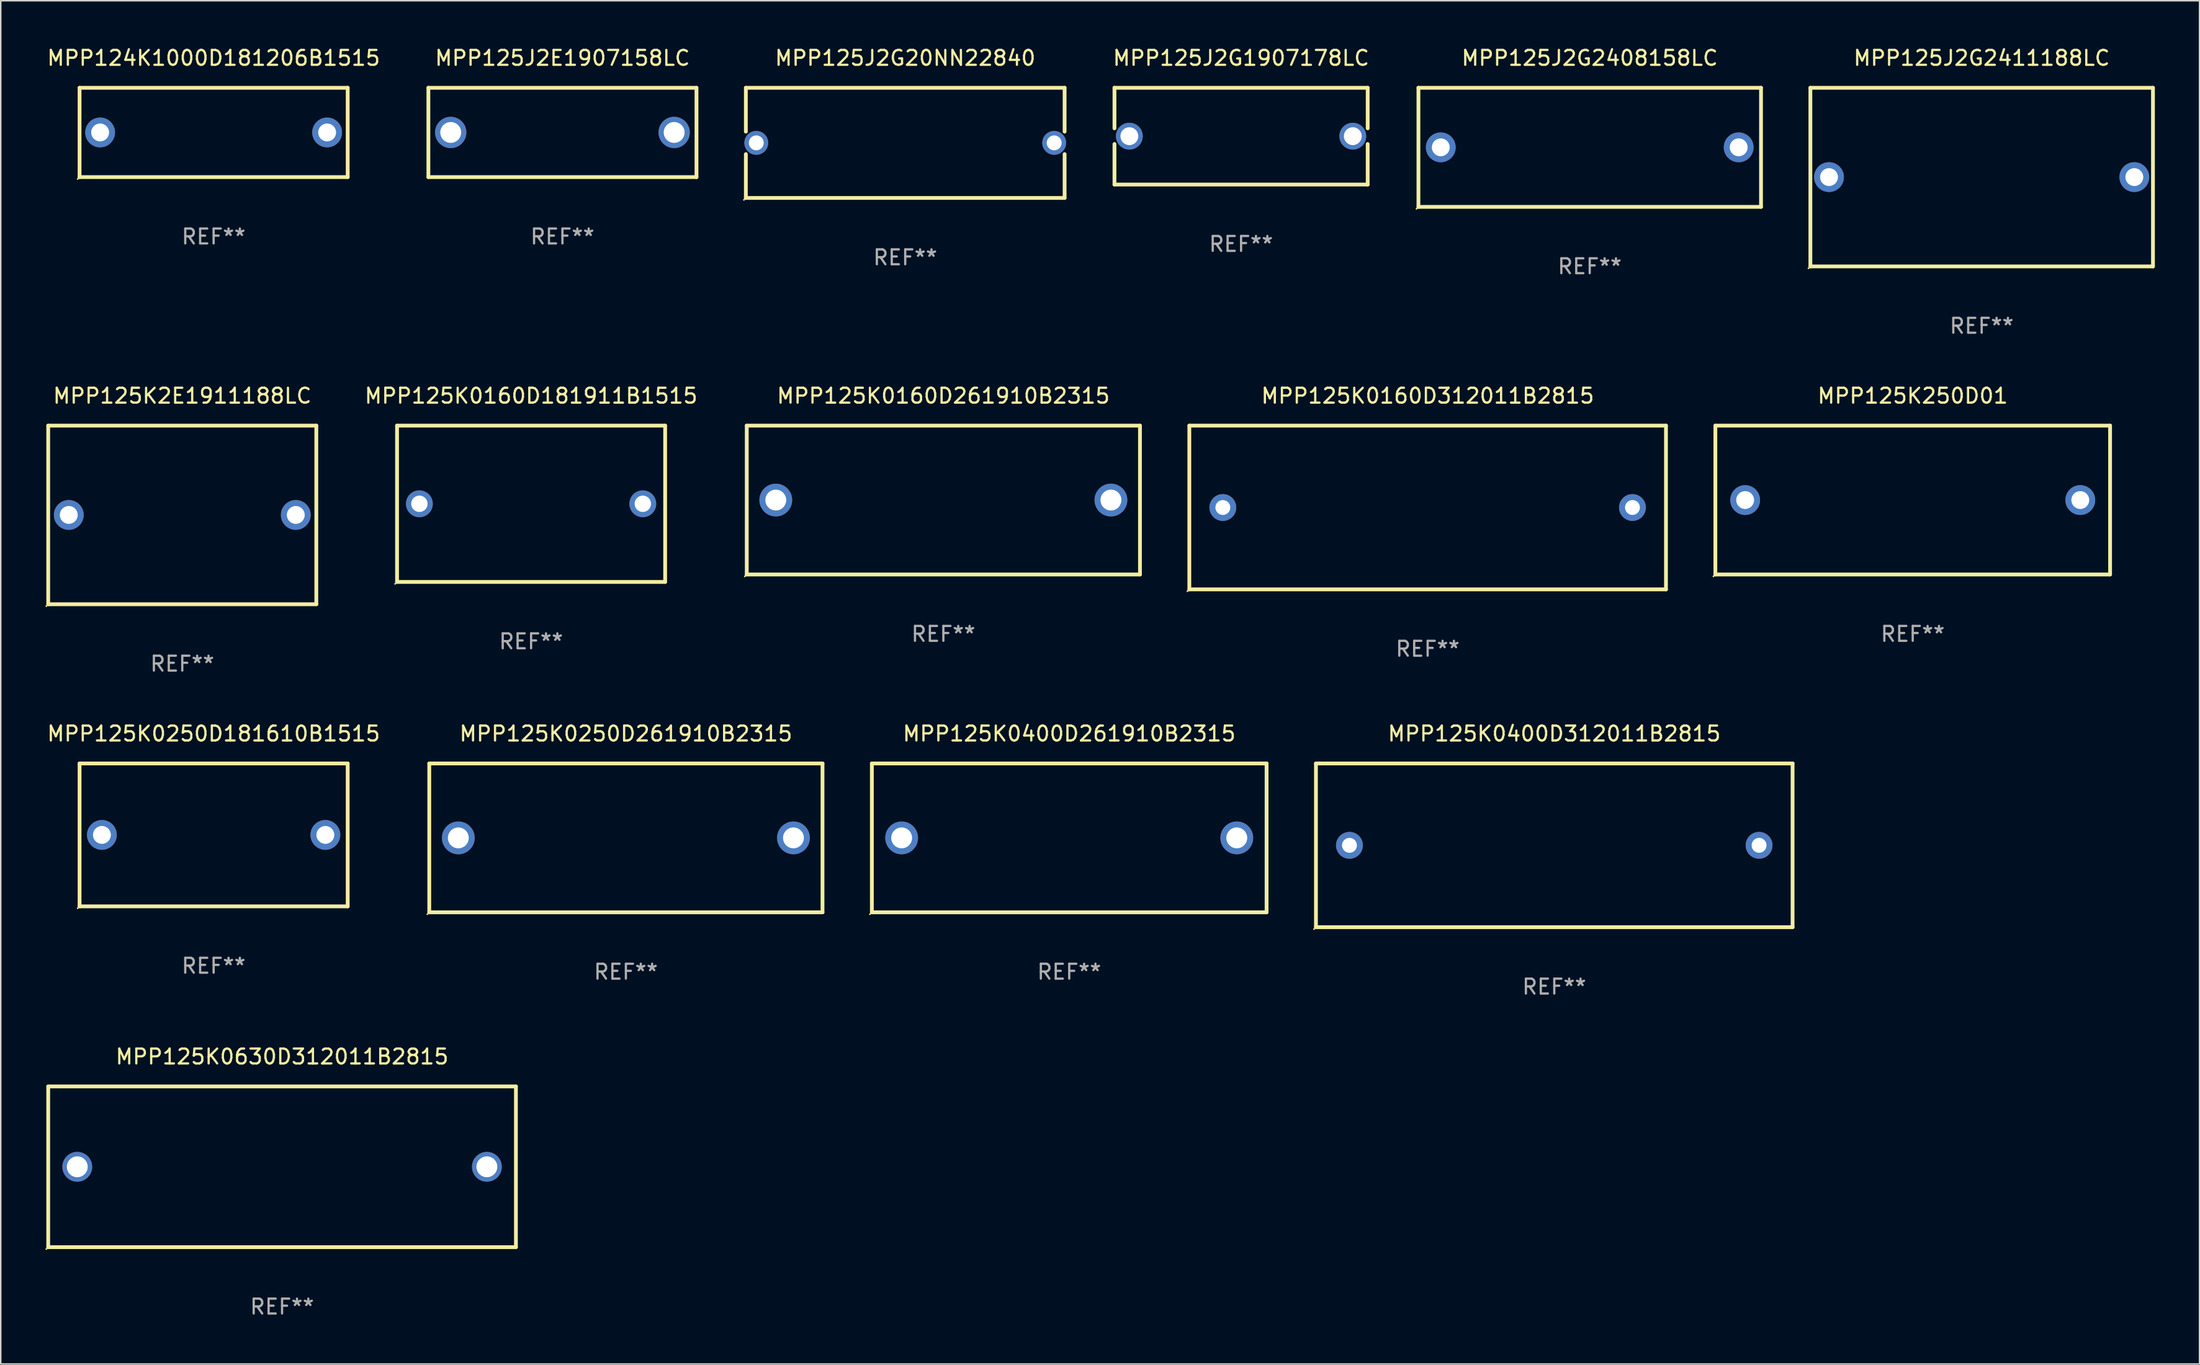
<source format=kicad_pcb>
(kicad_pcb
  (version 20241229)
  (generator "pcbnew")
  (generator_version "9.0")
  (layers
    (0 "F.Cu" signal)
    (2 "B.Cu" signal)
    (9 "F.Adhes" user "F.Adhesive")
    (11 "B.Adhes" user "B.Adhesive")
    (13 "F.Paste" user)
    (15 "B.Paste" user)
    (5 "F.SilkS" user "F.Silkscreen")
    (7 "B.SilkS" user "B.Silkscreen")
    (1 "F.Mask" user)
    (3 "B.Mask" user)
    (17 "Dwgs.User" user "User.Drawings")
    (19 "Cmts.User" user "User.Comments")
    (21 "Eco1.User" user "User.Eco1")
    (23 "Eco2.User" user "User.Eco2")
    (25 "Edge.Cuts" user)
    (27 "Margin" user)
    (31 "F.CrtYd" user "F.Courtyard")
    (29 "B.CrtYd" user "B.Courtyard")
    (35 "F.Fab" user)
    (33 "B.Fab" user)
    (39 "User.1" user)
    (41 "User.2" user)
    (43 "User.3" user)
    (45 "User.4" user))
  (footprint "MPP125K250D01"
    (layer "F.Cu")
    (at 125.364 30.545)
    (property "Reference" "MPP125K250D01" (at 0 -7 0) (layer "F.SilkS") (effects (font (size 1 1) (thickness 0.15))))
    (attr through_hole)
    (fp_line (start -13.25 -5) (end 13.25 -5) (stroke (width 0.254) (type solid)) (layer "F.SilkS"))
    (fp_line (start -13.25 5) (end -13.25 -5) (stroke (width 0.254) (type solid)) (layer "F.SilkS"))
    (fp_line (start 13.25 -5) (end 13.25 5) (stroke (width 0.254) (type solid)) (layer "F.SilkS"))
    (fp_line (start 13.25 5) (end -13.25 5) (stroke (width 0.254) (type solid)) (layer "F.SilkS"))
    (fp_circle (center -13.377 5.127) (end -13.347 5.127) (stroke (width 0.06) (type solid)) (fill no) (layer "F.SilkS"))
    (fp_text user "REF**" (at 0 9 0) (layer "F.Fab") (effects (font (size 1 1) (thickness 0.15))))
    (pad "1" thru_hole circle (at -11.25 0) (size 2 2) (drill 1.2) (layers "*.Cu" "*.Mask"))
    (pad "2" thru_hole circle (at 11.25 0) (size 2 2) (drill 1.2) (layers "*.Cu" "*.Mask")))
  (footprint "MPP124K1000D181206B1515"
    (layer "F.Cu")
    (at 11.292 5.848)
    (property "Reference" "MPP124K1000D181206B1515" (at 0 -5 0) (layer "F.SilkS") (effects (font (size 1 1) (thickness 0.15))))
    (attr through_hole)
    (fp_line (start -9 -3) (end 9 -3) (stroke (width 0.254) (type solid)) (layer "F.SilkS"))
    (fp_line (start -9 3) (end -9 -3) (stroke (width 0.254) (type solid)) (layer "F.SilkS"))
    (fp_line (start 9 -3) (end 9 3) (stroke (width 0.254) (type solid)) (layer "F.SilkS"))
    (fp_line (start 9 3) (end -9 3) (stroke (width 0.254) (type solid)) (layer "F.SilkS"))
    (fp_circle (center -9.127 3.127) (end -9.097 3.127) (stroke (width 0.06) (type solid)) (fill no) (layer "F.SilkS"))
    (fp_text user "REF**" (at 0 7 0) (layer "F.Fab") (effects (font (size 1 1) (thickness 0.15))))
    (pad "1" thru_hole circle (at -7.62 0) (size 2 2) (drill 1.2) (layers "*.Cu" "*.Mask"))
    (pad "2" thru_hole circle (at 7.62 0) (size 2 2) (drill 1.2) (layers "*.Cu" "*.Mask")))
  (footprint "MPP125K0400D312011B2815"
    (layer "F.Cu")
    (at 101.299 53.741)
    (property "Reference" "MPP125K0400D312011B2815" (at 0 -7.5 0) (layer "F.SilkS") (effects (font (size 1 1) (thickness 0.15))))
    (attr through_hole)
    (fp_line (start -16.001 -5.5) (end -16.001 5.5) (stroke (width 0.254) (type solid)) (layer "F.SilkS"))
    (fp_line (start -16.001 -5.5) (end 16.001 -5.5) (stroke (width 0.254) (type solid)) (layer "F.SilkS"))
    (fp_line (start -16.001 5.5) (end 15.999 5.5) (stroke (width 0.254) (type solid)) (layer "F.SilkS"))
    (fp_line (start 15.999 -5.5) (end 15.999 5.5) (stroke (width 0.254) (type solid)) (layer "F.SilkS"))
    (fp_circle (center -16.128 5.627) (end -16.098 5.627) (stroke (width 0.06) (type solid)) (fill no) (layer "F.SilkS"))
    (fp_text user "REF**" (at 0 9.5 0) (layer "F.Fab") (effects (font (size 1 1) (thickness 0.15))))
    (pad "1" thru_hole circle (at -13.751 0) (size 1.8 1.8) (drill 1) (layers "*.Cu" "*.Mask"))
    (pad "2" thru_hole circle (at 13.749 0) (size 1.8 1.8) (drill 1) (layers "*.Cu" "*.Mask")))
  (footprint "MPP125K0400D261910B2315"
    (layer "F.Cu")
    (at 68.734 53.241)
    (property "Reference" "MPP125K0400D261910B2315" (at 0 -7 0) (layer "F.SilkS") (effects (font (size 1 1) (thickness 0.15))))
    (attr through_hole)
    (fp_line (start -13.25 -5) (end 13.25 -5) (stroke (width 0.254) (type solid)) (layer "F.SilkS"))
    (fp_line (start -13.25 5) (end -13.25 -5) (stroke (width 0.254) (type solid)) (layer "F.SilkS"))
    (fp_line (start 13.25 -5) (end 13.25 5) (stroke (width 0.254) (type solid)) (layer "F.SilkS"))
    (fp_line (start 13.25 5) (end -13.25 5) (stroke (width 0.254) (type solid)) (layer "F.SilkS"))
    (fp_circle (center -13.377 5.127) (end -13.347 5.127) (stroke (width 0.06) (type solid)) (fill no) (layer "F.SilkS"))
    (fp_text user "REF**" (at 0 9 0) (layer "F.Fab") (effects (font (size 1 1) (thickness 0.15))))
    (pad "1" thru_hole circle (at -11.25 0) (size 2.2 2.2) (drill 1.4) (layers "*.Cu" "*.Mask"))
    (pad "2" thru_hole circle (at 11.25 0) (size 2.2 2.2) (drill 1.4) (layers "*.Cu" "*.Mask")))
  (footprint "MPP125J2E1907158LC"
    (layer "F.Cu")
    (at 34.71 5.848)
    (property "Reference" "MPP125J2E1907158LC" (at 0 -5 0) (layer "F.SilkS") (effects (font (size 1 1) (thickness 0.15))))
    (attr through_hole)
    (fp_line (start -9 -3) (end 9 -3) (stroke (width 0.254) (type solid)) (layer "F.SilkS"))
    (fp_line (start -9 3) (end -9 -3) (stroke (width 0.254) (type solid)) (layer "F.SilkS"))
    (fp_line (start 9 -3) (end 9 3) (stroke (width 0.254) (type solid)) (layer "F.SilkS"))
    (fp_line (start 9 3) (end -9 3) (stroke (width 0.254) (type solid)) (layer "F.SilkS"))
    (fp_circle (center -9 3) (end -8.97 3) (stroke (width 0.06) (type solid)) (fill no) (layer "F.SilkS"))
    (fp_text user "REF**" (at 0 7 0) (layer "F.Fab") (effects (font (size 1 1) (thickness 0.15))))
    (pad "1" thru_hole circle (at -7.5 0) (size 2.1 2.1) (drill 1.4) (layers "*.Cu" "*.Mask"))
    (pad "2" thru_hole circle (at 7.5 0) (size 2.1 2.1) (drill 1.4) (layers "*.Cu" "*.Mask")))
  (footprint "MPP125K0250D181610B1515"
    (layer "F.Cu")
    (at 11.292 53.041)
    (property "Reference" "MPP125K0250D181610B1515" (at 0 -6.8 0) (layer "F.SilkS") (effects (font (size 1 1) (thickness 0.15))))
    (attr through_hole)
    (fp_line (start -9 -4.8) (end 9 -4.8) (stroke (width 0.254) (type solid)) (layer "F.SilkS"))
    (fp_line (start -9 4.8) (end -9 -4.8) (stroke (width 0.254) (type solid)) (layer "F.SilkS"))
    (fp_line (start 9 -4.8) (end 9 4.8) (stroke (width 0.254) (type solid)) (layer "F.SilkS"))
    (fp_line (start 9 4.8) (end -9 4.8) (stroke (width 0.254) (type solid)) (layer "F.SilkS"))
    (fp_circle (center -9.127 4.927) (end -9.097 4.927) (stroke (width 0.06) (type solid)) (fill no) (layer "F.SilkS"))
    (fp_text user "REF**" (at 0 8.8 0) (layer "F.Fab") (effects (font (size 1 1) (thickness 0.15))))
    (pad "1" thru_hole circle (at -7.501 0) (size 2 2) (drill 1.2) (layers "*.Cu" "*.Mask"))
    (pad "2" thru_hole circle (at 7.501 0) (size 2 2) (drill 1.2) (layers "*.Cu" "*.Mask")))
  (footprint "MPP125J2G2408158LC"
    (layer "F.Cu")
    (at 103.679 6.848)
    (property "Reference" "MPP125J2G2408158LC" (at 0 -6 0) (layer "F.SilkS") (effects (font (size 1 1) (thickness 0.15))))
    (attr through_hole)
    (fp_line (start -11.5 -4) (end -11.5 4) (stroke (width 0.254) (type solid)) (layer "F.SilkS"))
    (fp_line (start -11.5 -4) (end 11.5 -4) (stroke (width 0.254) (type solid)) (layer "F.SilkS"))
    (fp_line (start -11.5 4) (end 11.5 4) (stroke (width 0.254) (type solid)) (layer "F.SilkS"))
    (fp_line (start 11.5 -4) (end 11.5 4) (stroke (width 0.254) (type solid)) (layer "F.SilkS"))
    (fp_circle (center -11.627 4.127) (end -11.597 4.127) (stroke (width 0.06) (type solid)) (fill no) (layer "F.SilkS"))
    (fp_text user "REF**" (at 0 8 0) (layer "F.Fab") (effects (font (size 1 1) (thickness 0.15))))
    (pad "1" thru_hole circle (at -10 0) (size 2 2) (drill 1.2) (layers "*.Cu" "*.Mask"))
    (pad "2" thru_hole circle (at 10 0) (size 2 2) (drill 1.2) (layers "*.Cu" "*.Mask")))
  (footprint "MPP125J2G2411188LC"
    (layer "F.Cu")
    (at 129.993 8.848)
    (property "Reference" "MPP125J2G2411188LC" (at 0 -8 0) (layer "F.SilkS") (effects (font (size 1 1) (thickness 0.15))))
    (attr through_hole)
    (fp_line (start -11.5 -6) (end 11.5 -6) (stroke (width 0.254) (type solid)) (layer "F.SilkS"))
    (fp_line (start -11.5 6) (end -11.5 -6) (stroke (width 0.254) (type solid)) (layer "F.SilkS"))
    (fp_line (start 11.5 -6) (end 11.5 6) (stroke (width 0.254) (type solid)) (layer "F.SilkS"))
    (fp_line (start 11.5 6) (end -11.5 6) (stroke (width 0.254) (type solid)) (layer "F.SilkS"))
    (fp_circle (center -11.627 6.127) (end -11.597 6.127) (stroke (width 0.06) (type solid)) (fill no) (layer "F.SilkS"))
    (fp_text user "REF**" (at 0 10 0) (layer "F.Fab") (effects (font (size 1 1) (thickness 0.15))))
    (pad "1" thru_hole circle (at -10.249 0) (size 2 2) (drill 1.2) (layers "*.Cu" "*.Mask"))
    (pad "2" thru_hole circle (at 10.249 0) (size 2 2) (drill 1.2) (layers "*.Cu" "*.Mask")))
  (footprint "MPP125K0160D261910B2315"
    (layer "F.Cu")
    (at 60.284 30.545)
    (property "Reference" "MPP125K0160D261910B2315" (at 0 -7 0) (layer "F.SilkS") (effects (font (size 1 1) (thickness 0.15))))
    (attr through_hole)
    (fp_line (start -13.2 -5) (end 13.2 -5) (stroke (width 0.254) (type solid)) (layer "F.SilkS"))
    (fp_line (start -13.2 5) (end -13.2 -5) (stroke (width 0.254) (type solid)) (layer "F.SilkS"))
    (fp_line (start 13.2 -5) (end 13.2 5) (stroke (width 0.254) (type solid)) (layer "F.SilkS"))
    (fp_line (start 13.2 5) (end -13.2 5) (stroke (width 0.254) (type solid)) (layer "F.SilkS"))
    (fp_circle (center -13.327 5.127) (end -13.297 5.127) (stroke (width 0.06) (type solid)) (fill no) (layer "F.SilkS"))
    (fp_text user "REF**" (at 0 9 0) (layer "F.Fab") (effects (font (size 1 1) (thickness 0.15))))
    (pad "1" thru_hole circle (at -11.25 0) (size 2.2 2.2) (drill 1.4) (layers "*.Cu" "*.Mask"))
    (pad "2" thru_hole circle (at 11.25 0) (size 2.2 2.2) (drill 1.4) (layers "*.Cu" "*.Mask")))
  (footprint "MPP125J2G1907178LC"
    (layer "F.Cu")
    (at 80.272 6.098)
    (property "Reference" "MPP125J2G1907178LC" (at 0 -5.25 0) (layer "F.SilkS") (effects (font (size 1 1) (thickness 0.15))))
    (attr through_hole)
    (fp_line (start -8.5 -3.25) (end -8.5 -0.527) (stroke (width 0.254) (type solid)) (layer "F.SilkS"))
    (fp_line (start -8.5 -3.25) (end 8.5 -3.25) (stroke (width 0.254) (type solid)) (layer "F.SilkS"))
    (fp_line (start -8.5 0.527) (end -8.5 3.25) (stroke (width 0.254) (type solid)) (layer "F.SilkS"))
    (fp_line (start 8.5 -3.25) (end 8.5 -0.527) (stroke (width 0.254) (type solid)) (layer "F.SilkS"))
    (fp_line (start 8.5 0.527) (end 8.5 3.25) (stroke (width 0.254) (type solid)) (layer "F.SilkS"))
    (fp_line (start 8.5 3.25) (end -8.5 3.25) (stroke (width 0.254) (type solid)) (layer "F.SilkS"))
    (fp_circle (center -8.5 3.25) (end -8.47 3.25) (stroke (width 0.06) (type solid)) (fill no) (layer "F.SilkS"))
    (fp_text user "REF**" (at 0 7.25 0) (layer "F.Fab") (effects (font (size 1 1) (thickness 0.15))))
    (pad "1" thru_hole circle (at -7.501 0) (size 1.8 1.8) (drill 1.2) (layers "*.Cu" "*.Mask"))
    (pad "2" thru_hole circle (at 7.501 0) (size 1.8 1.8) (drill 1.2) (layers "*.Cu" "*.Mask")))
  (footprint "MPP125K0160D312011B2815"
    (layer "F.Cu")
    (at 92.799 31.045)
    (property "Reference" "MPP125K0160D312011B2815" (at 0 -7.5 0) (layer "F.SilkS") (effects (font (size 1 1) (thickness 0.15))))
    (attr through_hole)
    (fp_line (start -16.001 -5.5) (end -16.001 5.5) (stroke (width 0.254) (type solid)) (layer "F.SilkS"))
    (fp_line (start -16.001 -5.5) (end 16.001 -5.5) (stroke (width 0.254) (type solid)) (layer "F.SilkS"))
    (fp_line (start -16.001 5.5) (end 15.999 5.5) (stroke (width 0.254) (type solid)) (layer "F.SilkS"))
    (fp_line (start 15.999 -5.5) (end 15.999 5.5) (stroke (width 0.254) (type solid)) (layer "F.SilkS"))
    (fp_circle (center -16.128 5.627) (end -16.098 5.627) (stroke (width 0.06) (type solid)) (fill no) (layer "F.SilkS"))
    (fp_text user "REF**" (at 0 9.5 0) (layer "F.Fab") (effects (font (size 1 1) (thickness 0.15))))
    (pad "1" thru_hole circle (at -13.751 0) (size 1.8 1.8) (drill 1) (layers "*.Cu" "*.Mask"))
    (pad "2" thru_hole circle (at 13.749 0) (size 1.8 1.8) (drill 1) (layers "*.Cu" "*.Mask")))
  (footprint "MPP125K0250D261910B2315"
    (layer "F.Cu")
    (at 38.97 53.241)
    (property "Reference" "MPP125K0250D261910B2315" (at 0 -7 0) (layer "F.SilkS") (effects (font (size 1 1) (thickness 0.15))))
    (attr through_hole)
    (fp_line (start -13.2 -5) (end 13.2 -5) (stroke (width 0.254) (type solid)) (layer "F.SilkS"))
    (fp_line (start -13.2 5) (end -13.2 -5) (stroke (width 0.254) (type solid)) (layer "F.SilkS"))
    (fp_line (start 13.2 -5) (end 13.2 5) (stroke (width 0.254) (type solid)) (layer "F.SilkS"))
    (fp_line (start 13.2 5) (end -13.2 5) (stroke (width 0.254) (type solid)) (layer "F.SilkS"))
    (fp_circle (center -13.327 5.127) (end -13.297 5.127) (stroke (width 0.06) (type solid)) (fill no) (layer "F.SilkS"))
    (fp_text user "REF**" (at 0 9 0) (layer "F.Fab") (effects (font (size 1 1) (thickness 0.15))))
    (pad "1" thru_hole circle (at -11.25 0) (size 2.2 2.2) (drill 1.4) (layers "*.Cu" "*.Mask"))
    (pad "2" thru_hole circle (at 11.25 0) (size 2.2 2.2) (drill 1.4) (layers "*.Cu" "*.Mask")))
  (footprint "MPP125K0160D181911B1515"
    (layer "F.Cu")
    (at 32.606 30.795)
    (property "Reference" "MPP125K0160D181911B1515" (at 0 -7.25 0) (layer "F.SilkS") (effects (font (size 1 1) (thickness 0.15))))
    (attr through_hole)
    (fp_line (start -9 -5.25) (end -9 5.25) (stroke (width 0.254) (type solid)) (layer "F.SilkS"))
    (fp_line (start -9 -5.25) (end 9 -5.25) (stroke (width 0.254) (type solid)) (layer "F.SilkS"))
    (fp_line (start 9 -5.25) (end 9 5.25) (stroke (width 0.254) (type solid)) (layer "F.SilkS"))
    (fp_line (start 9 5.25) (end -9 5.25) (stroke (width 0.254) (type solid)) (layer "F.SilkS"))
    (fp_circle (center -9.127 5.377) (end -9.097 5.377) (stroke (width 0.06) (type solid)) (fill no) (layer "F.SilkS"))
    (fp_text user "REF**" (at 0 9.25 0) (layer "F.Fab") (effects (font (size 1 1) (thickness 0.15))))
    (pad "1" thru_hole circle (at -7.5 0) (size 1.8 1.8) (drill 1.1) (layers "*.Cu" "*.Mask"))
    (pad "2" thru_hole circle (at 7.5 0) (size 1.8 1.8) (drill 1.1) (layers "*.Cu" "*.Mask")))
  (footprint "MPP125K0630D312011B2815"
    (layer "F.Cu")
    (at 15.887 75.338)
    (property "Reference" "MPP125K0630D312011B2815" (at 0 -7.4 0) (layer "F.SilkS") (effects (font (size 1 1) (thickness 0.15))))
    (attr through_hole)
    (fp_line (start -15.7 -5.4) (end 15.7 -5.4) (stroke (width 0.254) (type solid)) (layer "F.SilkS"))
    (fp_line (start -15.7 5.4) (end -15.7 -5.4) (stroke (width 0.254) (type solid)) (layer "F.SilkS"))
    (fp_line (start 15.7 -5.4) (end 15.7 5.4) (stroke (width 0.254) (type solid)) (layer "F.SilkS"))
    (fp_line (start 15.7 5.4) (end -15.7 5.4) (stroke (width 0.254) (type solid)) (layer "F.SilkS"))
    (fp_circle (center -15.827 5.527) (end -15.797 5.527) (stroke (width 0.06) (type solid)) (fill no) (layer "F.SilkS"))
    (fp_text user "REF**" (at 0 9.4 0) (layer "F.Fab") (effects (font (size 1 1) (thickness 0.15))))
    (pad "1" thru_hole circle (at -13.75 0) (size 2 2) (drill 1.4) (layers "*.Cu" "*.Mask"))
    (pad "2" thru_hole circle (at 13.75 0) (size 2 2) (drill 1.4) (layers "*.Cu" "*.Mask")))
  (footprint "MPP125J2G20NN22840"
    (layer "F.Cu")
    (at 57.724 6.548)
    (property "Reference" "MPP125J2G20NN22840" (at 0 -5.7 0) (layer "F.SilkS") (effects (font (size 1 1) (thickness 0.15))))
    (attr through_hole)
    (fp_line (start -10.7 -3.7) (end -10.7 -0.756) (stroke (width 0.254) (type solid)) (layer "F.SilkS"))
    (fp_line (start -10.7 -3.7) (end 10.7 -3.7) (stroke (width 0.254) (type solid)) (layer "F.SilkS"))
    (fp_line (start -10.7 0.756) (end -10.7 3.7) (stroke (width 0.254) (type solid)) (layer "F.SilkS"))
    (fp_line (start -10.7 3.7) (end 10.7 3.7) (stroke (width 0.254) (type solid)) (layer "F.SilkS"))
    (fp_line (start 10.7 -3.7) (end 10.7 -0.756) (stroke (width 0.254) (type solid)) (layer "F.SilkS"))
    (fp_line (start 10.7 0.756) (end 10.7 3.7) (stroke (width 0.254) (type solid)) (layer "F.SilkS"))
    (fp_circle (center -10.827 3.827) (end -10.797 3.827) (stroke (width 0.06) (type solid)) (fill no) (layer "F.SilkS"))
    (fp_text user "REF**" (at 0 7.7 0) (layer "F.Fab") (effects (font (size 1 1) (thickness 0.15))))
    (pad "1" thru_hole circle (at -10 0) (size 1.6 1.6) (drill 1) (layers "*.Cu" "*.Mask"))
    (pad "2" thru_hole circle (at 10 0) (size 1.6 1.6) (drill 1) (layers "*.Cu" "*.Mask")))
  (footprint "MPP125K2E1911188LC"
    (layer "F.Cu")
    (at 9.187 31.545)
    (property "Reference" "MPP125K2E1911188LC" (at 0 -8 0) (layer "F.SilkS") (effects (font (size 1 1) (thickness 0.15))))
    (attr through_hole)
    (fp_line (start -9 -6) (end 9 -6) (stroke (width 0.254) (type solid)) (layer "F.SilkS"))
    (fp_line (start -9 6) (end -9 -6) (stroke (width 0.254) (type solid)) (layer "F.SilkS"))
    (fp_line (start 9 -6) (end 9 6) (stroke (width 0.254) (type solid)) (layer "F.SilkS"))
    (fp_line (start 9 6) (end -9 6) (stroke (width 0.254) (type solid)) (layer "F.SilkS"))
    (fp_circle (center -9.127 6.127) (end -9.097 6.127) (stroke (width 0.06) (type solid)) (fill no) (layer "F.SilkS"))
    (fp_text user "REF**" (at 0 10 0) (layer "F.Fab") (effects (font (size 1 1) (thickness 0.15))))
    (pad "1" thru_hole circle (at -7.62 0) (size 2 2) (drill 1.2) (layers "*.Cu" "*.Mask"))
    (pad "2" thru_hole circle (at 7.62 0) (size 2 2) (drill 1.2) (layers "*.Cu" "*.Mask")))
  (gr_rect
    (start -3 -3)
    (end 144.62 88.586)
    (stroke (width 0.1) (type default))
    (fill no)
    (layer "Edge.Cuts")))
</source>
